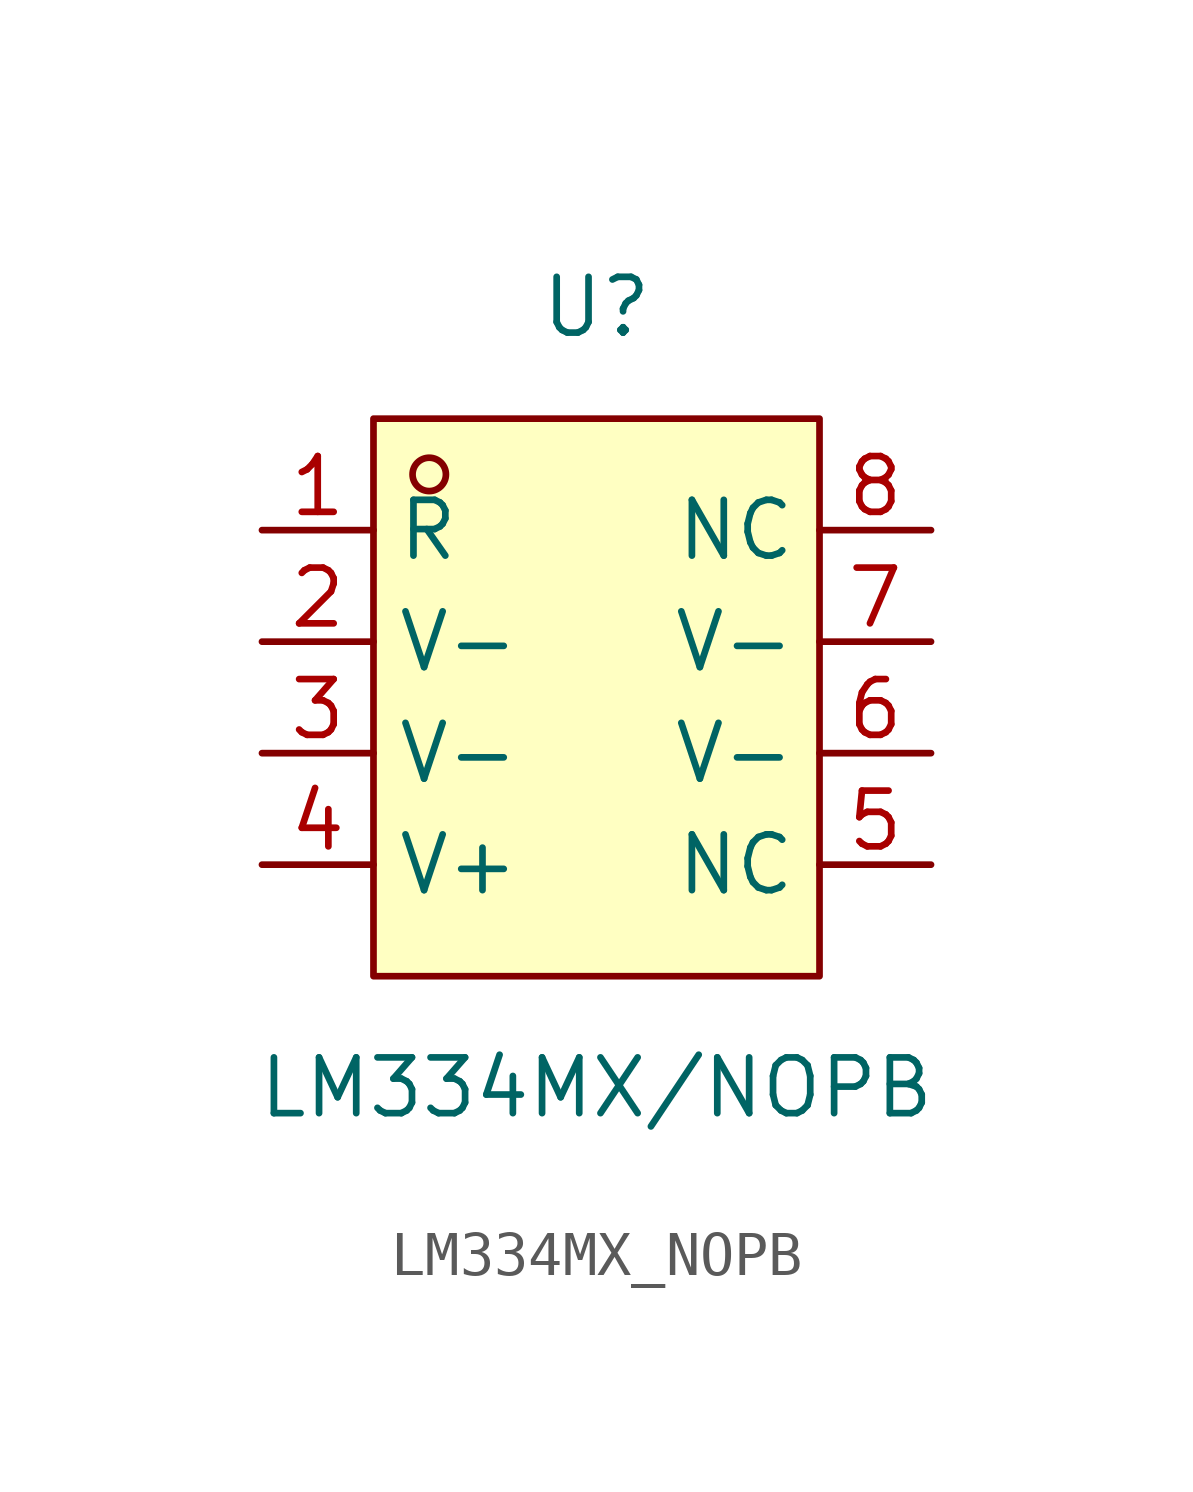
<source format=kicad_sym>
(kicad_symbol_lib
  (version 20211014)
  (generator https://github.com/uPesy/easyeda2kicad.py)
  (symbol "LM334MX_NOPB"
    (property "Reference" "U"
      (at 0 8.89 0)
      (effects (font (size 1.27 1.27))))
    (property "Value" "LM334MX/NOPB"
      (at 0 -8.89 0)
      (effects (font (size 1.27 1.27))))
    (symbol "LM334MX_NOPB_0_1"
      (rectangle (start -5.08 6.35) (end 5.08 -6.35) (stroke (width 0) (type default) (color 0 0 0 0)) (fill (type background)))
      (circle (center -3.81 5.08) (radius 0.38) (stroke (width 0) (type default) (color 0 0 0 0)) (fill (type none)))
      (pin unspecified line (at -7.62 3.81 0) (length 2.54) (name "R" (effects (font (size 1.27 1.27)))) (number "1" (effects (font (size 1.27 1.27)))))
      (pin unspecified line (at -7.62 1.27 0) (length 2.54) (name "V-" (effects (font (size 1.27 1.27)))) (number "2" (effects (font (size 1.27 1.27)))))
      (pin unspecified line (at -7.62 -1.27 0) (length 2.54) (name "V-" (effects (font (size 1.27 1.27)))) (number "3" (effects (font (size 1.27 1.27)))))
      (pin unspecified line (at -7.62 -3.81 0) (length 2.54) (name "V+" (effects (font (size 1.27 1.27)))) (number "4" (effects (font (size 1.27 1.27)))))
      (pin unspecified line (at 7.62 -3.81 180) (length 2.54) (name "NC" (effects (font (size 1.27 1.27)))) (number "5" (effects (font (size 1.27 1.27)))))
      (pin unspecified line (at 7.62 -1.27 180) (length 2.54) (name "V-" (effects (font (size 1.27 1.27)))) (number "6" (effects (font (size 1.27 1.27)))))
      (pin unspecified line (at 7.62 1.27 180) (length 2.54) (name "V-" (effects (font (size 1.27 1.27)))) (number "7" (effects (font (size 1.27 1.27)))))
      (pin unspecified line (at 7.62 3.81 180) (length 2.54) (name "NC" (effects (font (size 1.27 1.27)))) (number "8" (effects (font (size 1.27 1.27))))))))
</source>
